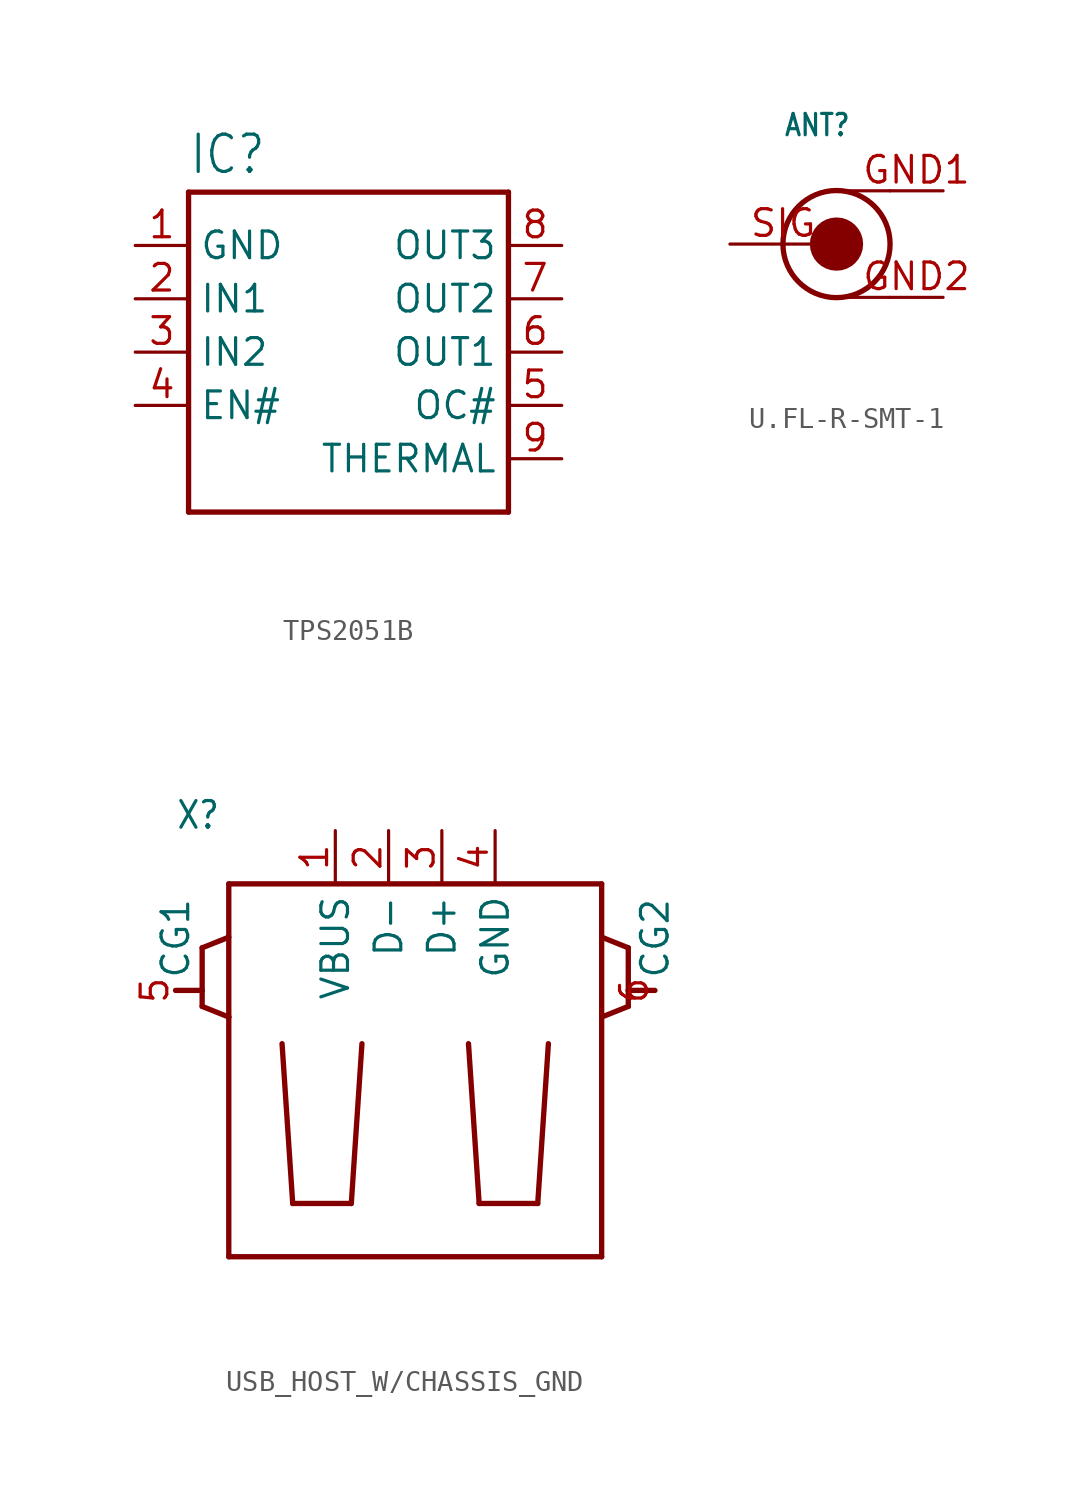
<source format=kicad_sym>
(kicad_symbol_lib
  (version 20231120)
  (generator "kicad_symbol_editor")
  (generator_version "8.0")
  (symbol "TPS2051B"
    (property "Reference" "IC"
      (at -7.62 8.382 0)
      (effects (font (size 1.778 1.511)) (justify left bottom)))
    (property "Value" ""
      (at -7.62 -10.16 0)
      (effects (font (size 1.778 1.511)) (justify left bottom)))
    (property "ki_locked" ""
      (at 0 0 0)
      (effects (font (size 1.27 1.27))))
    (symbol "TPS2051B_1_0"
      (polyline (pts (xy -7.62 -7.62) (xy -7.62 7.62)) (stroke (width 0.254) (type solid)) (fill (type none)))
      (polyline (pts (xy -7.62 7.62) (xy 7.62 7.62)) (stroke (width 0.254) (type solid)) (fill (type none)))
      (polyline (pts (xy 7.62 -7.62) (xy -7.62 -7.62)) (stroke (width 0.254) (type solid)) (fill (type none)))
      (polyline (pts (xy 7.62 7.62) (xy 7.62 -7.62)) (stroke (width 0.254) (type solid)) (fill (type none)))
      (pin bidirectional line (at -10.16 5.08 0) (length 2.54) (name "GND" (effects (font (size 1.27 1.27)))) (number "1" (effects (font (size 1.27 1.27)))))
      (pin bidirectional line (at -10.16 2.54 0) (length 2.54) (name "IN1" (effects (font (size 1.27 1.27)))) (number "2" (effects (font (size 1.27 1.27)))))
      (pin bidirectional line (at -10.16 0 0) (length 2.54) (name "IN2" (effects (font (size 1.27 1.27)))) (number "3" (effects (font (size 1.27 1.27)))))
      (pin bidirectional line (at -10.16 -2.54 0) (length 2.54) (name "EN#" (effects (font (size 1.27 1.27)))) (number "4" (effects (font (size 1.27 1.27)))))
      (pin bidirectional line (at 10.16 -2.54 180) (length 2.54) (name "OC#" (effects (font (size 1.27 1.27)))) (number "5" (effects (font (size 1.27 1.27)))))
      (pin bidirectional line (at 10.16 0 180) (length 2.54) (name "OUT1" (effects (font (size 1.27 1.27)))) (number "6" (effects (font (size 1.27 1.27)))))
      (pin bidirectional line (at 10.16 2.54 180) (length 2.54) (name "OUT2" (effects (font (size 1.27 1.27)))) (number "7" (effects (font (size 1.27 1.27)))))
      (pin bidirectional line (at 10.16 5.08 180) (length 2.54) (name "OUT3" (effects (font (size 1.27 1.27)))) (number "8" (effects (font (size 1.27 1.27)))))
      (pin bidirectional line (at 10.16 -5.08 180) (length 2.54) (name "THERMAL" (effects (font (size 1.27 1.27)))) (number "9" (effects (font (size 1.27 1.27)))))))
  (symbol "U.FL-R-SMT-1"
    (property "Reference" "ANT"
      (at -2.54 5.08 0)
      (effects (font (size 1.016 0.864)) (justify left bottom)))
    (property "Value" ""
      (at -2.54 -6.096 0)
      (effects (font (size 1.016 0.864)) (justify left bottom)))
    (property "ki_locked" ""
      (at 0 0 0)
      (effects (font (size 1.27 1.27))))
    (symbol "U.FL-R-SMT-1_1_0"
      (polyline (pts (xy 2.54 -2.54) (xy 0.254 -2.54)) (stroke (width 0.152) (type solid)) (fill (type none)))
      (polyline (pts (xy 2.54 2.54) (xy 0.254 2.54)) (stroke (width 0.152) (type solid)) (fill (type none)))
      (circle (center 0 0) (radius 0.635) (stroke (width 1.27) (type solid)) (fill (type none)))
      (circle (center 0 0) (radius 2.553) (stroke (width 0.254) (type solid)) (fill (type none)))
      (pin bidirectional line (at 5.08 2.54 180) (length 2.54) (name "GND1" (effects (font (size 0 0)))) (number "GND1" (effects (font (size 1.27 1.27)))))
      (pin bidirectional line (at 5.08 -2.54 180) (length 2.54) (name "GND2" (effects (font (size 0 0)))) (number "GND2" (effects (font (size 1.27 1.27)))))
      (pin bidirectional line (at -5.08 0 0) (length 5.08) (name "SIG" (effects (font (size 0 0)))) (number "SIG" (effects (font (size 1.27 1.27)))))))
  (symbol "USB_HOST_W/CHASSIS_GND"
    (property "Reference" "X"
      (at -12.7 12.7 0)
      (effects (font (size 1.27 1.079)) (justify left bottom)))
    (property "Value" ""
      (at 5.08 -10.16 0)
      (effects (font (size 1.27 1.079)) (justify left bottom)))
    (property "ki_locked" ""
      (at 0 0 0)
      (effects (font (size 1.27 1.27))))
    (symbol "USB_HOST_W/CHASSIS_GND_1_0"
      (polyline (pts (xy -12.7 5.08) (xy -11.43 5.08)) (stroke (width 0.254) (type solid)) (fill (type none)))
      (polyline (pts (xy -11.43 4.318) (xy -11.43 5.08)) (stroke (width 0.254) (type solid)) (fill (type none)))
      (polyline (pts (xy -11.43 5.08) (xy -11.43 7.112)) (stroke (width 0.254) (type solid)) (fill (type none)))
      (polyline (pts (xy -11.43 7.112) (xy -10.16 7.62)) (stroke (width 0.254) (type solid)) (fill (type none)))
      (polyline (pts (xy -10.16 -7.62) (xy -10.16 3.81)) (stroke (width 0.254) (type solid)) (fill (type none)))
      (polyline (pts (xy -10.16 3.81) (xy -11.43 4.318)) (stroke (width 0.254) (type solid)) (fill (type none)))
      (polyline (pts (xy -10.16 3.81) (xy -10.16 10.16)) (stroke (width 0.254) (type solid)) (fill (type none)))
      (polyline (pts (xy -10.16 10.16) (xy 7.62 10.16)) (stroke (width 0.254) (type solid)) (fill (type none)))
      (polyline (pts (xy -7.62 2.54) (xy -7.112 -5.08)) (stroke (width 0.254) (type solid)) (fill (type none)))
      (polyline (pts (xy -7.112 -5.08) (xy -4.318 -5.08)) (stroke (width 0.254) (type solid)) (fill (type none)))
      (polyline (pts (xy -4.318 -5.08) (xy -3.81 2.54)) (stroke (width 0.254) (type solid)) (fill (type none)))
      (polyline (pts (xy 1.27 2.54) (xy 1.778 -5.08)) (stroke (width 0.254) (type solid)) (fill (type none)))
      (polyline (pts (xy 1.778 -5.08) (xy 4.572 -5.08)) (stroke (width 0.254) (type solid)) (fill (type none)))
      (polyline (pts (xy 4.572 -5.08) (xy 5.08 2.54)) (stroke (width 0.254) (type solid)) (fill (type none)))
      (polyline (pts (xy 7.62 -7.62) (xy -10.16 -7.62)) (stroke (width 0.254) (type solid)) (fill (type none)))
      (polyline (pts (xy 7.62 3.81) (xy 7.62 -7.62)) (stroke (width 0.254) (type solid)) (fill (type none)))
      (polyline (pts (xy 7.62 7.62) (xy 7.62 3.81)) (stroke (width 0.254) (type solid)) (fill (type none)))
      (polyline (pts (xy 7.62 7.62) (xy 8.89 7.112)) (stroke (width 0.254) (type solid)) (fill (type none)))
      (polyline (pts (xy 7.62 10.16) (xy 7.62 7.62)) (stroke (width 0.254) (type solid)) (fill (type none)))
      (polyline (pts (xy 8.89 4.318) (xy 7.62 3.81)) (stroke (width 0.254) (type solid)) (fill (type none)))
      (polyline (pts (xy 8.89 5.08) (xy 8.89 4.318)) (stroke (width 0.254) (type solid)) (fill (type none)))
      (polyline (pts (xy 8.89 7.112) (xy 8.89 5.08)) (stroke (width 0.254) (type solid)) (fill (type none)))
      (polyline (pts (xy 10.16 5.08) (xy 8.89 5.08)) (stroke (width 0.254) (type solid)) (fill (type none)))
      (pin bidirectional line (at -5.08 12.7 270) (length 2.54) (name "VBUS" (effects (font (size 1.27 1.27)))) (number "1" (effects (font (size 1.27 1.27)))))
      (pin bidirectional line (at -2.54 12.7 270) (length 2.54) (name "D-" (effects (font (size 1.27 1.27)))) (number "2" (effects (font (size 1.27 1.27)))))
      (pin bidirectional line (at 0 12.7 270) (length 2.54) (name "D+" (effects (font (size 1.27 1.27)))) (number "3" (effects (font (size 1.27 1.27)))))
      (pin bidirectional line (at 2.54 12.7 270) (length 2.54) (name "GND" (effects (font (size 1.27 1.27)))) (number "4" (effects (font (size 1.27 1.27)))))
      (pin bidirectional line (at -12.7 5.08 90) (length 0) (name "CG1" (effects (font (size 1.27 1.27)))) (number "5" (effects (font (size 1.27 1.27)))))
      (pin bidirectional line (at 10.16 5.08 90) (length 0) (name "CG2" (effects (font (size 1.27 1.27)))) (number "6" (effects (font (size 1.27 1.27))))))))
</source>
